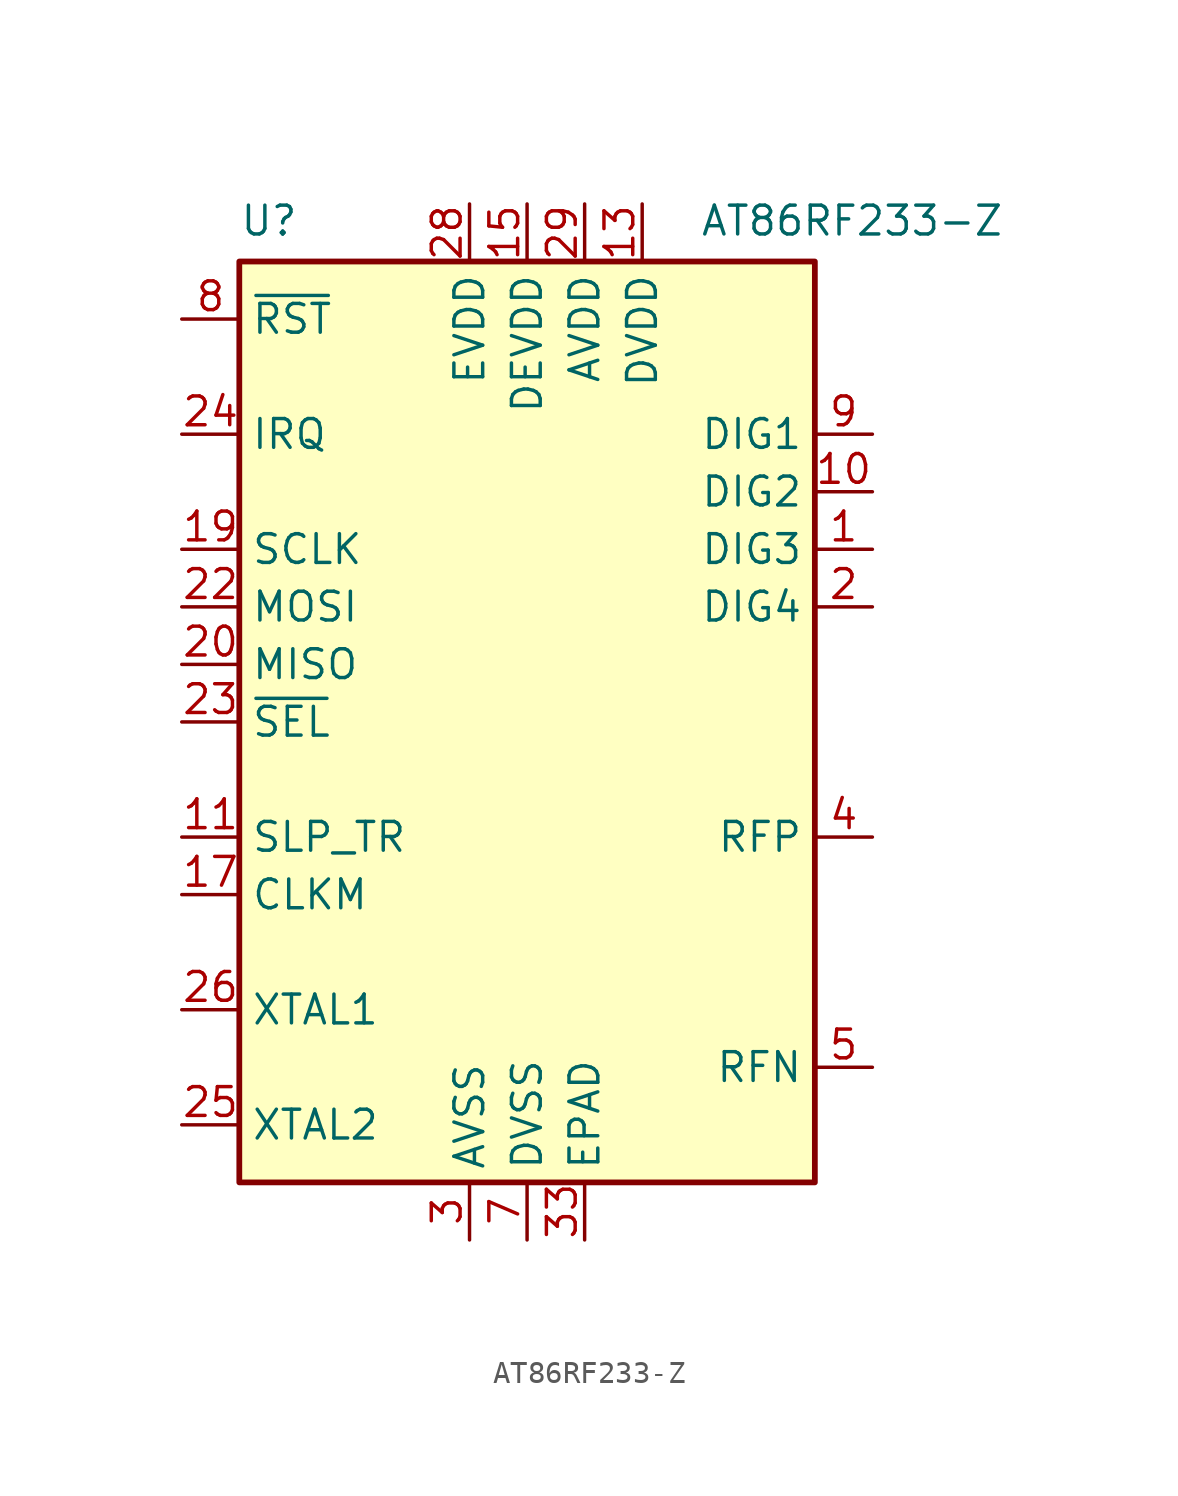
<source format=kicad_sym>
(kicad_symbol_lib
  (version 20241209)
  (generator "kicad_symbol_editor")
  (generator_version "9.0")
  (symbol "AT86RF233-Z"
    (property "Reference" "U"
      (at -12.7 22.86 0)
      (effects (font (size 1.27 1.27)) (justify left top)))
    (property "Value" "AT86RF233-Z"
      (at 7.62 22.86 0)
      (effects (font (size 1.27 1.27)) (justify left top)))
    (symbol "AT86RF233-Z_0_1"
      (rectangle (start -12.7 20.32) (end 12.7 -20.32) (stroke (width 0.254) (type default)) (fill (type background))))
    (symbol "AT86RF233-Z_1_1"
      (pin input line (at -15.24 17.78 0) (length 2.54) (name "~{RST}" (effects (font (size 1.27 1.27)))) (number "8" (effects (font (size 1.27 1.27)))))
      (pin output line (at -15.24 12.7 0) (length 2.54) (name "IRQ" (effects (font (size 1.27 1.27)))) (number "24" (effects (font (size 1.27 1.27)))))
      (pin input line (at -15.24 7.62 0) (length 2.54) (name "SCLK" (effects (font (size 1.27 1.27)))) (number "19" (effects (font (size 1.27 1.27)))))
      (pin input line (at -15.24 5.08 0) (length 2.54) (name "MOSI" (effects (font (size 1.27 1.27)))) (number "22" (effects (font (size 1.27 1.27)))))
      (pin output line (at -15.24 2.54 0) (length 2.54) (name "MISO" (effects (font (size 1.27 1.27)))) (number "20" (effects (font (size 1.27 1.27)))))
      (pin input line (at -15.24 0 0) (length 2.54) (name "~{SEL}" (effects (font (size 1.27 1.27)))) (number "23" (effects (font (size 1.27 1.27)))))
      (pin input line (at -15.24 -5.08 0) (length 2.54) (name "SLP_TR" (effects (font (size 1.27 1.27)))) (number "11" (effects (font (size 1.27 1.27)))))
      (pin output line (at -15.24 -7.62 0) (length 2.54) (name "CLKM" (effects (font (size 1.27 1.27)))) (number "17" (effects (font (size 1.27 1.27)))))
      (pin passive line (at -15.24 -12.7 0) (length 2.54) (name "XTAL1" (effects (font (size 1.27 1.27)))) (number "26" (effects (font (size 1.27 1.27)))))
      (pin passive line (at -15.24 -17.78 0) (length 2.54) (name "XTAL2" (effects (font (size 1.27 1.27)))) (number "25" (effects (font (size 1.27 1.27)))))
      (pin power_in line (at -2.54 22.86 270) (length 2.54) (name "EVDD" (effects (font (size 1.27 1.27)))) (number "28" (effects (font (size 1.27 1.27)))))
      (pin passive line (at -2.54 -22.86 90) (length 2.54) (hide yes) (name "AVSS" (effects (font (size 1.27 1.27)))) (number "27" (effects (font (size 1.27 1.27)))))
      (pin power_in line (at -2.54 -22.86 90) (length 2.54) (name "AVSS" (effects (font (size 1.27 1.27)))) (number "3" (effects (font (size 1.27 1.27)))))
      (pin passive line (at -2.54 -22.86 90) (length 2.54) (hide yes) (name "AVSS" (effects (font (size 1.27 1.27)))) (number "30" (effects (font (size 1.27 1.27)))))
      (pin passive line (at -2.54 -22.86 90) (length 2.54) (hide yes) (name "AVSS" (effects (font (size 1.27 1.27)))) (number "31" (effects (font (size 1.27 1.27)))))
      (pin passive line (at -2.54 -22.86 90) (length 2.54) (hide yes) (name "AVSS" (effects (font (size 1.27 1.27)))) (number "32" (effects (font (size 1.27 1.27)))))
      (pin passive line (at -2.54 -22.86 90) (length 2.54) (hide yes) (name "AVSS" (effects (font (size 1.27 1.27)))) (number "6" (effects (font (size 1.27 1.27)))))
      (pin power_in line (at 0 22.86 270) (length 2.54) (name "DEVDD" (effects (font (size 1.27 1.27)))) (number "15" (effects (font (size 1.27 1.27)))))
      (pin passive line (at 0 -22.86 90) (length 2.54) (hide yes) (name "DVSS" (effects (font (size 1.27 1.27)))) (number "12" (effects (font (size 1.27 1.27)))))
      (pin passive line (at 0 -22.86 90) (length 2.54) (hide yes) (name "DVSS" (effects (font (size 1.27 1.27)))) (number "16" (effects (font (size 1.27 1.27)))))
      (pin passive line (at 0 -22.86 90) (length 2.54) (hide yes) (name "DVSS" (effects (font (size 1.27 1.27)))) (number "18" (effects (font (size 1.27 1.27)))))
      (pin passive line (at 0 -22.86 90) (length 2.54) (hide yes) (name "DVSS" (effects (font (size 1.27 1.27)))) (number "21" (effects (font (size 1.27 1.27)))))
      (pin power_in line (at 0 -22.86 90) (length 2.54) (name "DVSS" (effects (font (size 1.27 1.27)))) (number "7" (effects (font (size 1.27 1.27)))))
      (pin power_in line (at 2.54 22.86 270) (length 2.54) (name "AVDD" (effects (font (size 1.27 1.27)))) (number "29" (effects (font (size 1.27 1.27)))))
      (pin power_in line (at 2.54 -22.86 90) (length 2.54) (name "EPAD" (effects (font (size 1.27 1.27)))) (number "33" (effects (font (size 1.27 1.27)))))
      (pin power_in line (at 5.08 22.86 270) (length 2.54) (name "DVDD" (effects (font (size 1.27 1.27)))) (number "13" (effects (font (size 1.27 1.27)))))
      (pin passive line (at 5.08 22.86 270) (length 2.54) (hide yes) (name "DVDD" (effects (font (size 1.27 1.27)))) (number "14" (effects (font (size 1.27 1.27)))))
      (pin output line (at 15.24 12.7 180) (length 2.54) (name "DIG1" (effects (font (size 1.27 1.27)))) (number "9" (effects (font (size 1.27 1.27)))))
      (pin output line (at 15.24 10.16 180) (length 2.54) (name "DIG2" (effects (font (size 1.27 1.27)))) (number "10" (effects (font (size 1.27 1.27)))))
      (pin output line (at 15.24 7.62 180) (length 2.54) (name "DIG3" (effects (font (size 1.27 1.27)))) (number "1" (effects (font (size 1.27 1.27)))))
      (pin output line (at 15.24 5.08 180) (length 2.54) (name "DIG4" (effects (font (size 1.27 1.27)))) (number "2" (effects (font (size 1.27 1.27)))))
      (pin passive line (at 15.24 -5.08 180) (length 2.54) (name "RFP" (effects (font (size 1.27 1.27)))) (number "4" (effects (font (size 1.27 1.27)))))
      (pin passive line (at 15.24 -15.24 180) (length 2.54) (name "RFN" (effects (font (size 1.27 1.27)))) (number "5" (effects (font (size 1.27 1.27))))))))
</source>
